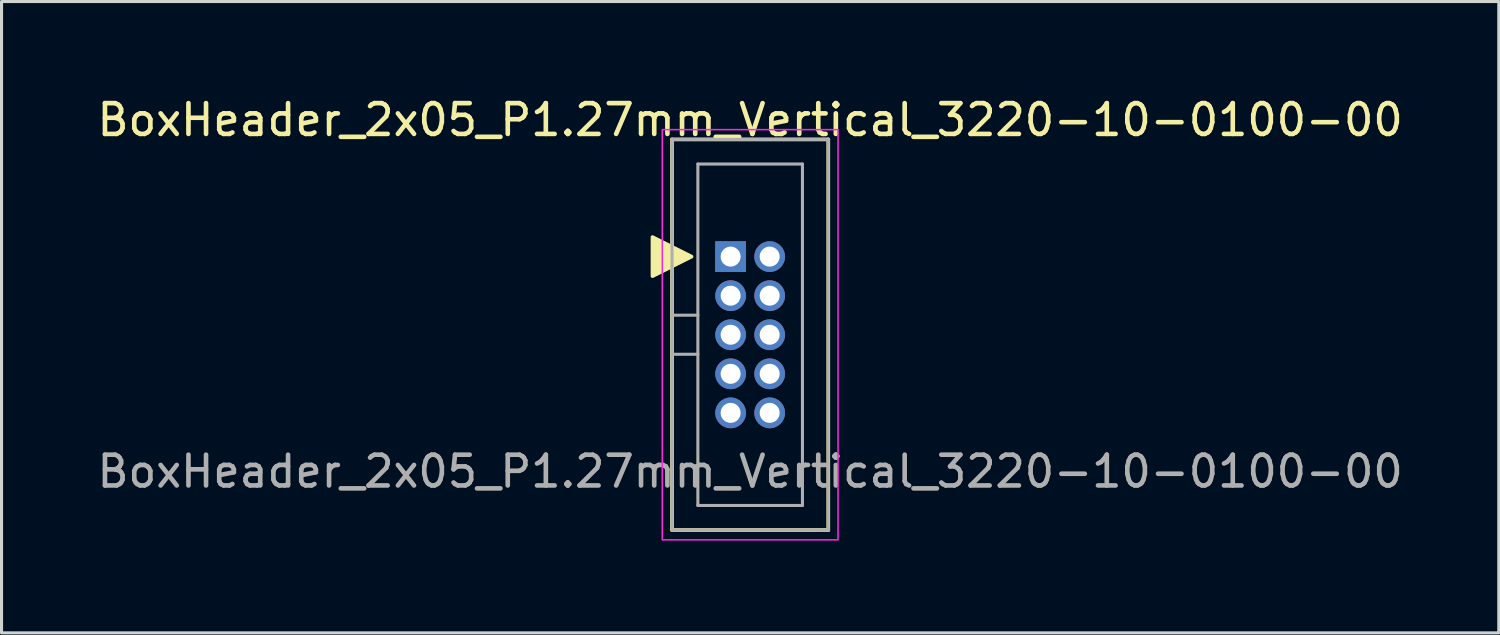
<source format=kicad_pcb>
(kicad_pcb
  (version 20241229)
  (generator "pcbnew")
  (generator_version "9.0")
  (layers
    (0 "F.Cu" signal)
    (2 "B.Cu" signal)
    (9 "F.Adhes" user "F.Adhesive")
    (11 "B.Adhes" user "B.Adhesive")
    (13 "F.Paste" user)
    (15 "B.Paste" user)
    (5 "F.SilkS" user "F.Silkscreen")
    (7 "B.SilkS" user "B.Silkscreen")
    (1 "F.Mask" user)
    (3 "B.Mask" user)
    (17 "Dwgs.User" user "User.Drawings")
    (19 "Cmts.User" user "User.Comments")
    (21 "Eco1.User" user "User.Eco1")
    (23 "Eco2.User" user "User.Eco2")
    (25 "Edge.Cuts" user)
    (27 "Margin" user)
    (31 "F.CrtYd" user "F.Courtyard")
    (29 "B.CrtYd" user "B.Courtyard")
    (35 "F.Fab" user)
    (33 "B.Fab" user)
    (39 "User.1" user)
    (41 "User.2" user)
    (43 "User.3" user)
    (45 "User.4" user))
  (footprint "BoxHeader_2x05_P1.27mm_Vertical_3220-10-0100-00"
    (layer "F.Cu")
    (at 21.339 7.833)
    (property "Reference" "BoxHeader_2x05_P1.27mm_Vertical_3220-10-0100-00" (at 0 -6.985 0) (layer "F.SilkS") (effects (font (size 1 1) (thickness 0.15))))
    (attr through_hole)
    (fp_line (start -2.54 -6.35) (end -2.54 6.35) (stroke (width 0.12) (type solid)) (layer "F.SilkS"))
    (fp_line (start -2.54 6.35) (end 2.54 6.35) (stroke (width 0.12) (type solid)) (layer "F.SilkS"))
    (fp_line (start 2.54 -6.35) (end -2.54 -6.35) (stroke (width 0.12) (type solid)) (layer "F.SilkS"))
    (fp_line (start 2.54 6.35) (end 2.54 -6.35) (stroke (width 0.12) (type solid)) (layer "F.SilkS"))
    (fp_poly (pts (xy -1.905 -2.54) (xy -3.175 -1.905) (xy -3.175 -3.175)) (stroke (width 0.12) (type solid)) (fill yes) (layer "F.SilkS"))
    (fp_rect (start -2.857 -6.668) (end 2.857 6.668) (stroke (width 0.05) (type solid)) (fill no) (layer "F.CrtYd"))
    (fp_line (start -2.54 -6.35) (end 2.54 -6.35) (stroke (width 0.1) (type solid)) (layer "F.Fab"))
    (fp_line (start -2.54 -0.635) (end -1.7 -0.635) (stroke (width 0.1) (type solid)) (layer "F.Fab"))
    (fp_line (start -2.54 0.635) (end -1.7 0.635) (stroke (width 0.1) (type solid)) (layer "F.Fab"))
    (fp_line (start -2.54 6.35) (end -2.54 -6.35) (stroke (width 0.1) (type solid)) (layer "F.Fab"))
    (fp_line (start -1.7 -5.55) (end 1.7 -5.55) (stroke (width 0.1) (type solid)) (layer "F.Fab"))
    (fp_line (start -1.7 5.55) (end -1.7 -5.55) (stroke (width 0.1) (type solid)) (layer "F.Fab"))
    (fp_line (start 1.7 -5.55) (end 1.7 5.55) (stroke (width 0.1) (type solid)) (layer "F.Fab"))
    (fp_line (start 1.7 5.55) (end -1.7 5.55) (stroke (width 0.1) (type solid)) (layer "F.Fab"))
    (fp_line (start 2.54 -6.35) (end 2.54 6.35) (stroke (width 0.1) (type solid)) (layer "F.Fab"))
    (fp_line (start 2.54 6.35) (end -2.54 6.35) (stroke (width 0.1) (type solid)) (layer "F.Fab"))
    (fp_text user "${REFERENCE}" (at 0 4.445 180) (layer "F.Fab") (effects (font (size 1 1) (thickness 0.15))))
    (pad "1" thru_hole rect (at -0.635 -2.54) (size 1 1) (drill 0.65) (layers "*.Cu" "*.Mask"))
    (pad "2" thru_hole oval (at 0.635 -2.54) (size 1 1) (drill 0.65) (layers "*.Cu" "*.Mask"))
    (pad "3" thru_hole oval (at -0.635 -1.27) (size 1 1) (drill 0.65) (layers "*.Cu" "*.Mask"))
    (pad "4" thru_hole oval (at 0.635 -1.27) (size 1 1) (drill 0.65) (layers "*.Cu" "*.Mask"))
    (pad "5" thru_hole oval (at -0.635 0) (size 1 1) (drill 0.65) (layers "*.Cu" "*.Mask"))
    (pad "6" thru_hole oval (at 0.635 0) (size 1 1) (drill 0.65) (layers "*.Cu" "*.Mask"))
    (pad "7" thru_hole oval (at -0.635 1.27) (size 1 1) (drill 0.65) (layers "*.Cu" "*.Mask"))
    (pad "8" thru_hole oval (at 0.635 1.27) (size 1 1) (drill 0.65) (layers "*.Cu" "*.Mask"))
    (pad "9" thru_hole oval (at -0.635 2.54) (size 1 1) (drill 0.65) (layers "*.Cu" "*.Mask"))
    (pad "10" thru_hole oval (at 0.635 2.54) (size 1 1) (drill 0.65) (layers "*.Cu" "*.Mask")))
  (gr_rect
    (start -3 -3)
    (end 45.679 17.526)
    (stroke (width 0.1) (type default))
    (fill no)
    (layer "Edge.Cuts")))
</source>
